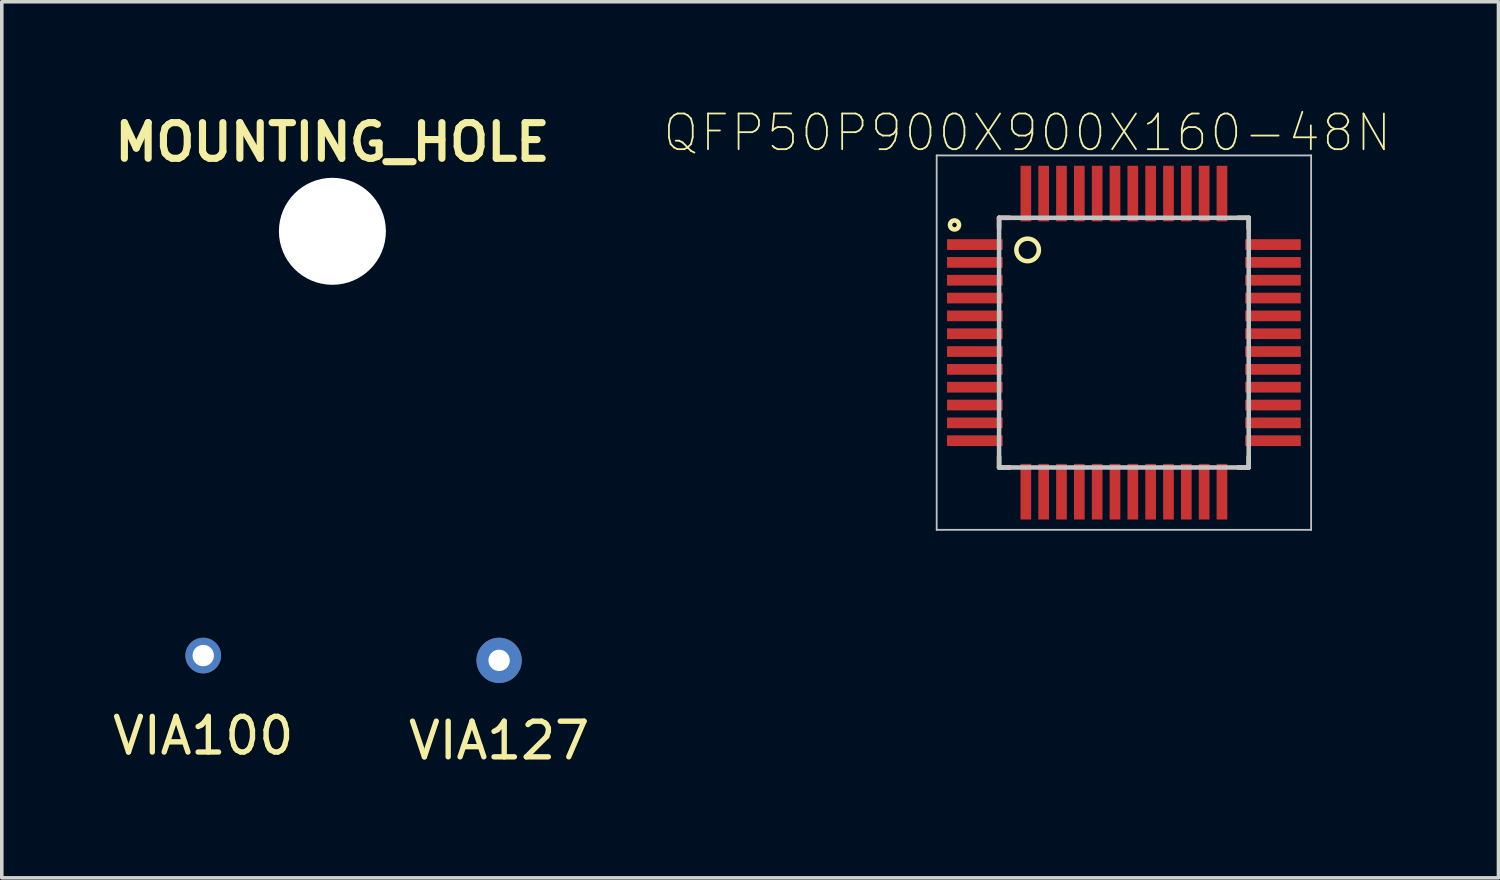
<source format=kicad_pcb>
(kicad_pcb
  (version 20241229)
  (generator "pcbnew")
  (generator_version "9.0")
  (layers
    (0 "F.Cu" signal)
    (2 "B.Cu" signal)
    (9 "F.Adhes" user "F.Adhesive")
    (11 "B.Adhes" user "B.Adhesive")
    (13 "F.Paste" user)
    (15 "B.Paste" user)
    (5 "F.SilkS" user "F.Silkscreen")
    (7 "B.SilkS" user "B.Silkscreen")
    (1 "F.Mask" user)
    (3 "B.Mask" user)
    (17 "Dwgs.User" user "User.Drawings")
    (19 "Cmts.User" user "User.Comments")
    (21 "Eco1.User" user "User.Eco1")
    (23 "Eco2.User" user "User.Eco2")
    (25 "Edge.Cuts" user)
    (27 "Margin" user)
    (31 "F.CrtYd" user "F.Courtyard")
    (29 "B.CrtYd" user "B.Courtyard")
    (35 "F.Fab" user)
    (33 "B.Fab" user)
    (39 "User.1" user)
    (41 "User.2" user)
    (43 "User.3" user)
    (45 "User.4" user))
  (footprint "VIA100"
    (layer "F.Cu")
    (at 2.649 15.333)
    (property "Reference" "VIA100" (at 0 2.25 0) (layer "F.SilkS") (effects (font (size 1 1) (thickness 0.15))))
    (attr through_hole)
    (pad "1" thru_hole circle (at 0 0) (size 1 1) (drill 0.6) (layers "*.Cu")))
  (footprint "MOUNTING_HOLE"
    (layer "F.Cu")
    (at 6.271 3.436)
    (property "Reference" "MOUNTING_HOLE" (at 0 -2.5 0) (layer "F.SilkS") (effects (font (size 1 1) (thickness 0.2))))
    (attr through_hole)
    (pad "" np_thru_hole circle (at 0 0) (size 3 3) (drill 3) (layers "*.Cu")))
  (footprint "VIA127"
    (layer "F.Cu")
    (at 10.946 15.468)
    (property "Reference" "VIA127" (at 0 2.25 0) (layer "F.SilkS") (effects (font (size 1 1) (thickness 0.15))))
    (attr through_hole)
    (pad "1" thru_hole circle (at 0 0) (size 1.27 1.27) (drill 0.6) (layers "*.Cu")))
  (footprint "QFP50P900X900X160-48N"
    (layer "F.Cu")
    (at 28.466 6.558)
    (property "Reference" "QFP50P900X900X160-48N" (at -2.71 -5.885 0) (layer "F.SilkS") (effects (font (size 1 1) (thickness 0.05))))
    (attr smd)
    (fp_line (start -3.5 -3.5) (end -3.5 -3.2) (stroke (width 0.127) (type solid)) (layer "F.SilkS"))
    (fp_line (start -3.5 3.2) (end -3.5 3.5) (stroke (width 0.127) (type solid)) (layer "F.SilkS"))
    (fp_line (start -3.5 3.5) (end -3.2 3.5) (stroke (width 0.127) (type solid)) (layer "F.SilkS"))
    (fp_line (start -3.2 -3.5) (end -3.5 -3.5) (stroke (width 0.127) (type solid)) (layer "F.SilkS"))
    (fp_line (start 3.2 3.5) (end 3.5 3.5) (stroke (width 0.127) (type solid)) (layer "F.SilkS"))
    (fp_line (start 3.5 -3.5) (end 3.2 -3.5) (stroke (width 0.127) (type solid)) (layer "F.SilkS"))
    (fp_line (start 3.5 -3.2) (end 3.5 -3.5) (stroke (width 0.127) (type solid)) (layer "F.SilkS"))
    (fp_line (start 3.5 3.5) (end 3.5 3.2) (stroke (width 0.127) (type solid)) (layer "F.SilkS"))
    (fp_circle (center -4.75 -3.3) (end -4.687 -3.3) (stroke (width 0.127) (type solid)) (fill no) (layer "F.SilkS"))
    (fp_circle (center -2.7 -2.6) (end -2.384 -2.6) (stroke (width 0.127) (type solid)) (fill no) (layer "F.SilkS"))
    (fp_line (start -5.25 -5.25) (end 5.25 -5.25) (stroke (width 0.05) (type solid)) (layer "Dwgs.User"))
    (fp_line (start -5.25 5.25) (end -5.25 -5.25) (stroke (width 0.05) (type solid)) (layer "Dwgs.User"))
    (fp_line (start -3.5 -3.5) (end 3.5 -3.5) (stroke (width 0.127) (type solid)) (layer "Dwgs.User"))
    (fp_line (start -3.5 3.5) (end -3.5 -3.5) (stroke (width 0.127) (type solid)) (layer "Dwgs.User"))
    (fp_line (start 3.5 -3.5) (end 3.5 3.5) (stroke (width 0.127) (type solid)) (layer "Dwgs.User"))
    (fp_line (start 3.5 3.5) (end -3.5 3.5) (stroke (width 0.127) (type solid)) (layer "Dwgs.User"))
    (fp_line (start 5.25 -5.25) (end 5.25 5.25) (stroke (width 0.05) (type solid)) (layer "Dwgs.User"))
    (fp_line (start 5.25 5.25) (end -5.25 5.25) (stroke (width 0.05) (type solid)) (layer "Dwgs.User"))
    (pad "1" smd rect (at -4.18 -2.75) (size 1.56 0.3) (layers "F.Cu" "F.Mask" "F.Paste"))
    (pad "2" smd rect (at -4.18 -2.25) (size 1.56 0.3) (layers "F.Cu" "F.Mask" "F.Paste"))
    (pad "3" smd rect (at -4.18 -1.75) (size 1.56 0.3) (layers "F.Cu" "F.Mask" "F.Paste"))
    (pad "4" smd rect (at -4.18 -1.25) (size 1.56 0.3) (layers "F.Cu" "F.Mask" "F.Paste"))
    (pad "5" smd rect (at -4.18 -0.75) (size 1.56 0.3) (layers "F.Cu" "F.Mask" "F.Paste"))
    (pad "6" smd rect (at -4.18 -0.25) (size 1.56 0.3) (layers "F.Cu" "F.Mask" "F.Paste"))
    (pad "7" smd rect (at -4.18 0.25) (size 1.56 0.3) (layers "F.Cu" "F.Mask" "F.Paste"))
    (pad "8" smd rect (at -4.18 0.75) (size 1.56 0.3) (layers "F.Cu" "F.Mask" "F.Paste"))
    (pad "9" smd rect (at -4.18 1.25) (size 1.56 0.3) (layers "F.Cu" "F.Mask" "F.Paste"))
    (pad "10" smd rect (at -4.18 1.75) (size 1.56 0.3) (layers "F.Cu" "F.Mask" "F.Paste"))
    (pad "11" smd rect (at -4.18 2.25) (size 1.56 0.3) (layers "F.Cu" "F.Mask" "F.Paste"))
    (pad "12" smd rect (at -4.18 2.75) (size 1.56 0.3) (layers "F.Cu" "F.Mask" "F.Paste"))
    (pad "13" smd rect (at -2.75 4.18 90) (size 1.56 0.3) (layers "F.Cu" "F.Mask" "F.Paste"))
    (pad "14" smd rect (at -2.25 4.18 90) (size 1.56 0.3) (layers "F.Cu" "F.Mask" "F.Paste"))
    (pad "15" smd rect (at -1.75 4.18 90) (size 1.56 0.3) (layers "F.Cu" "F.Mask" "F.Paste"))
    (pad "16" smd rect (at -1.25 4.18 90) (size 1.56 0.3) (layers "F.Cu" "F.Mask" "F.Paste"))
    (pad "17" smd rect (at -0.75 4.18 90) (size 1.56 0.3) (layers "F.Cu" "F.Mask" "F.Paste"))
    (pad "18" smd rect (at -0.25 4.18 90) (size 1.56 0.3) (layers "F.Cu" "F.Mask" "F.Paste"))
    (pad "19" smd rect (at 0.25 4.18 90) (size 1.56 0.3) (layers "F.Cu" "F.Mask" "F.Paste"))
    (pad "20" smd rect (at 0.75 4.18 90) (size 1.56 0.3) (layers "F.Cu" "F.Mask" "F.Paste"))
    (pad "21" smd rect (at 1.25 4.18 90) (size 1.56 0.3) (layers "F.Cu" "F.Mask" "F.Paste"))
    (pad "22" smd rect (at 1.75 4.18 90) (size 1.56 0.3) (layers "F.Cu" "F.Mask" "F.Paste"))
    (pad "23" smd rect (at 2.25 4.18 90) (size 1.56 0.3) (layers "F.Cu" "F.Mask" "F.Paste"))
    (pad "24" smd rect (at 2.75 4.18 90) (size 1.56 0.3) (layers "F.Cu" "F.Mask" "F.Paste"))
    (pad "25" smd rect (at 4.18 2.75 180) (size 1.56 0.3) (layers "F.Cu" "F.Mask" "F.Paste"))
    (pad "26" smd rect (at 4.18 2.25 180) (size 1.56 0.3) (layers "F.Cu" "F.Mask" "F.Paste"))
    (pad "27" smd rect (at 4.18 1.75 180) (size 1.56 0.3) (layers "F.Cu" "F.Mask" "F.Paste"))
    (pad "28" smd rect (at 4.18 1.25 180) (size 1.56 0.3) (layers "F.Cu" "F.Mask" "F.Paste"))
    (pad "29" smd rect (at 4.18 0.75 180) (size 1.56 0.3) (layers "F.Cu" "F.Mask" "F.Paste"))
    (pad "30" smd rect (at 4.18 0.25 180) (size 1.56 0.3) (layers "F.Cu" "F.Mask" "F.Paste"))
    (pad "31" smd rect (at 4.18 -0.25 180) (size 1.56 0.3) (layers "F.Cu" "F.Mask" "F.Paste"))
    (pad "32" smd rect (at 4.18 -0.75 180) (size 1.56 0.3) (layers "F.Cu" "F.Mask" "F.Paste"))
    (pad "33" smd rect (at 4.18 -1.25 180) (size 1.56 0.3) (layers "F.Cu" "F.Mask" "F.Paste"))
    (pad "34" smd rect (at 4.18 -1.75 180) (size 1.56 0.3) (layers "F.Cu" "F.Mask" "F.Paste"))
    (pad "35" smd rect (at 4.18 -2.25 180) (size 1.56 0.3) (layers "F.Cu" "F.Mask" "F.Paste"))
    (pad "36" smd rect (at 4.18 -2.75 180) (size 1.56 0.3) (layers "F.Cu" "F.Mask" "F.Paste"))
    (pad "37" smd rect (at 2.75 -4.18 270) (size 1.56 0.3) (layers "F.Cu" "F.Mask" "F.Paste"))
    (pad "38" smd rect (at 2.25 -4.18 270) (size 1.56 0.3) (layers "F.Cu" "F.Mask" "F.Paste"))
    (pad "39" smd rect (at 1.75 -4.18 270) (size 1.56 0.3) (layers "F.Cu" "F.Mask" "F.Paste"))
    (pad "40" smd rect (at 1.25 -4.18 270) (size 1.56 0.3) (layers "F.Cu" "F.Mask" "F.Paste"))
    (pad "41" smd rect (at 0.75 -4.18 270) (size 1.56 0.3) (layers "F.Cu" "F.Mask" "F.Paste"))
    (pad "42" smd rect (at 0.25 -4.18 270) (size 1.56 0.3) (layers "F.Cu" "F.Mask" "F.Paste"))
    (pad "43" smd rect (at -0.25 -4.18 270) (size 1.56 0.3) (layers "F.Cu" "F.Mask" "F.Paste"))
    (pad "44" smd rect (at -0.75 -4.18 270) (size 1.56 0.3) (layers "F.Cu" "F.Mask" "F.Paste"))
    (pad "45" smd rect (at -1.25 -4.18 270) (size 1.56 0.3) (layers "F.Cu" "F.Mask" "F.Paste"))
    (pad "46" smd rect (at -1.75 -4.18 270) (size 1.56 0.3) (layers "F.Cu" "F.Mask" "F.Paste"))
    (pad "47" smd rect (at -2.25 -4.18 270) (size 1.56 0.3) (layers "F.Cu" "F.Mask" "F.Paste"))
    (pad "48" smd rect (at -2.75 -4.18 270) (size 1.56 0.3) (layers "F.Cu" "F.Mask" "F.Paste")))
  (gr_rect
    (start -3 -3)
    (end 38.969 21.566)
    (stroke (width 0.1) (type default))
    (fill no)
    (layer "Edge.Cuts")))
</source>
